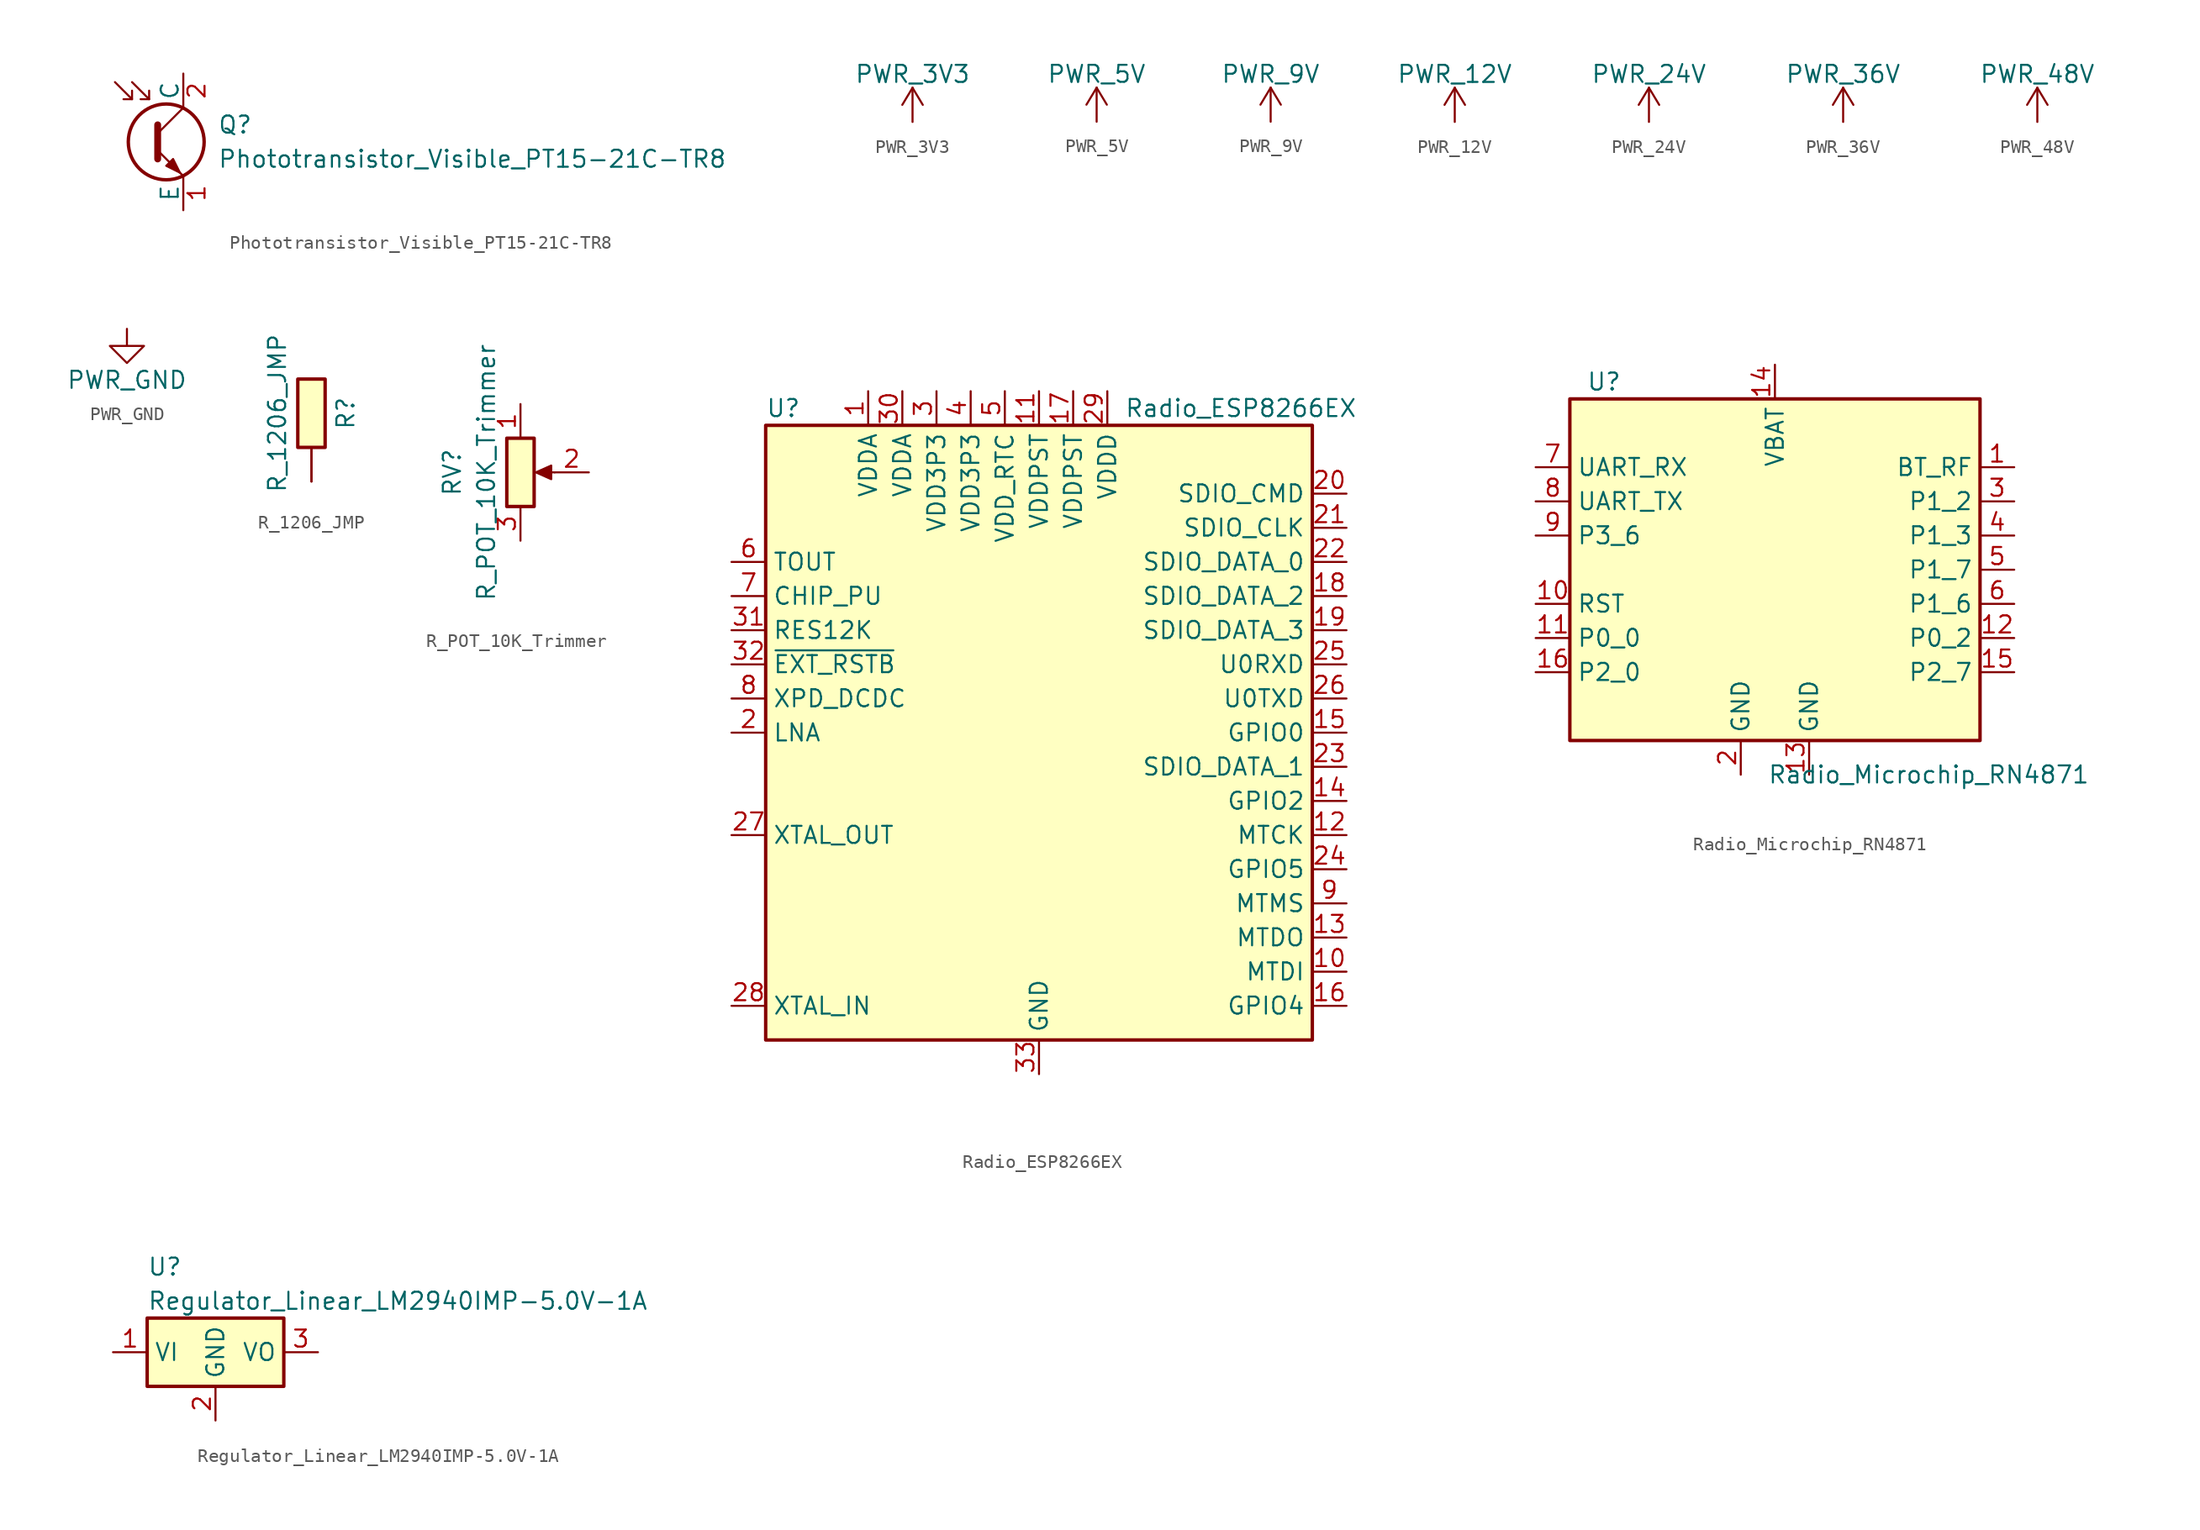
<source format=kicad_sym>
(kicad_symbol_lib
  (version 20211014)
  (generator kicad_symbol_editor)
  (symbol "Phototransistor_Visible_PT15-21C-TR8"
    (pin_names
      (offset 0))
    (property "Reference" "Q"
      (at 2.54 1.27 0)
      (effects (font (size 1.27 1.27)) (justify left)))
    (property "Value" "Phototransistor_Visible_PT15-21C-TR8"
      (at 2.54 -1.27 0)
      (effects (font (size 1.27 1.27)) (justify left)))
    (symbol "Phototransistor_Visible_PT15-21C-TR8_0_1"
      (circle (center -1.27 0) (radius 2.819) (stroke (width 0.254) (type default) (color 0 0 0 0)) (fill (type none)))
      (polyline (pts (xy -3.81 3.175) (xy -4.445 3.175)) (stroke (width 0) (type default) (color 0 0 0 0)) (fill (type none)))
      (polyline (pts (xy -2.54 3.175) (xy -3.175 3.175)) (stroke (width 0) (type default) (color 0 0 0 0)) (fill (type none)))
      (polyline (pts (xy -1.905 0.635) (xy 0 2.54)) (stroke (width 0) (type default) (color 0 0 0 0)) (fill (type none)))
      (polyline (pts (xy -5.08 4.445) (xy -3.81 3.175) (xy -3.81 3.81)) (stroke (width 0) (type default) (color 0 0 0 0)) (fill (type none)))
      (polyline (pts (xy -3.81 4.445) (xy -2.54 3.175) (xy -2.54 3.81)) (stroke (width 0) (type default) (color 0 0 0 0)) (fill (type none)))
      (polyline (pts (xy -1.905 -0.635) (xy 0 -2.54) (xy 0 -2.54)) (stroke (width 0) (type default) (color 0 0 0 0)) (fill (type none)))
      (polyline (pts (xy -1.905 1.27) (xy -1.905 -1.27) (xy -1.905 -1.27)) (stroke (width 0.508) (type default) (color 0 0 0 0)) (fill (type none)))
      (polyline (pts (xy -1.27 -1.778) (xy -0.762 -1.27) (xy -0.254 -2.286) (xy -1.27 -1.778) (xy -1.27 -1.778)) (stroke (width 0) (type default) (color 0 0 0 0)) (fill (type outline))))
    (symbol "Phototransistor_Visible_PT15-21C-TR8_1_1"
      (pin passive line (at 0 -5.08 90) (length 2.54) (name "E" (effects (font (size 1.27 1.27)))) (number "1" (effects (font (size 1.27 1.27)))))
      (pin passive line (at 0 5.08 270) (length 2.54) (name "C" (effects (font (size 1.27 1.27)))) (number "2" (effects (font (size 1.27 1.27)))))))
  (symbol "PWR_3V3"
    (power)
    (pin_names
      (offset 0))
    (property "Reference" "#PWR"
      (at 0 -3.81 0)
      (effects (font (size 1.27 1.27)) hide))
    (property "Value" "PWR_3V3"
      (at 0 3.556 0)
      (effects (font (size 1.27 1.27))))
    (symbol "PWR_3V3_0_1"
      (polyline (pts (xy -0.762 1.27) (xy 0 2.54)) (stroke (width 0) (type default) (color 0 0 0 0)) (fill (type none)))
      (polyline (pts (xy 0 0) (xy 0 2.54)) (stroke (width 0) (type default) (color 0 0 0 0)) (fill (type none)))
      (polyline (pts (xy 0 2.54) (xy 0.762 1.27)) (stroke (width 0) (type default) (color 0 0 0 0)) (fill (type none))))
    (symbol "PWR_3V3_1_1"
      (pin power_in line (at 0 0 90) (length 0) hide (name "PWR_3V3" (effects (font (size 1.27 1.27)))) (number "1" (effects (font (size 1.27 1.27)))))))
  (symbol "PWR_5V"
    (power)
    (pin_names
      (offset 0))
    (property "Reference" "#PWR"
      (at 0 -3.81 0)
      (effects (font (size 1.27 1.27)) hide))
    (property "Value" "PWR_5V"
      (at 0 3.556 0)
      (effects (font (size 1.27 1.27))))
    (symbol "PWR_5V_0_1"
      (polyline (pts (xy -0.762 1.27) (xy 0 2.54)) (stroke (width 0) (type default) (color 0 0 0 0)) (fill (type none)))
      (polyline (pts (xy 0 0) (xy 0 2.54)) (stroke (width 0) (type default) (color 0 0 0 0)) (fill (type none)))
      (polyline (pts (xy 0 2.54) (xy 0.762 1.27)) (stroke (width 0) (type default) (color 0 0 0 0)) (fill (type none))))
    (symbol "PWR_5V_1_1"
      (pin power_in line (at 0 0 90) (length 0) hide (name "PWR_5V" (effects (font (size 1.27 1.27)))) (number "1" (effects (font (size 1.27 1.27)))))))
  (symbol "PWR_9V"
    (power)
    (pin_names
      (offset 0))
    (property "Reference" "#PWR"
      (at 0 -3.81 0)
      (effects (font (size 1.27 1.27)) hide))
    (property "Value" "PWR_9V"
      (at 0 3.556 0)
      (effects (font (size 1.27 1.27))))
    (symbol "PWR_9V_0_1"
      (polyline (pts (xy -0.762 1.27) (xy 0 2.54)) (stroke (width 0) (type default) (color 0 0 0 0)) (fill (type none)))
      (polyline (pts (xy 0 0) (xy 0 2.54)) (stroke (width 0) (type default) (color 0 0 0 0)) (fill (type none)))
      (polyline (pts (xy 0 2.54) (xy 0.762 1.27)) (stroke (width 0) (type default) (color 0 0 0 0)) (fill (type none))))
    (symbol "PWR_9V_1_1"
      (pin power_in line (at 0 0 90) (length 0) hide (name "PWR_9V" (effects (font (size 1.27 1.27)))) (number "1" (effects (font (size 1.27 1.27)))))))
  (symbol "PWR_12V"
    (power)
    (pin_names
      (offset 0))
    (property "Reference" "#PWR"
      (at 0 -3.81 0)
      (effects (font (size 1.27 1.27)) hide))
    (property "Value" "PWR_12V"
      (at 0 3.556 0)
      (effects (font (size 1.27 1.27))))
    (symbol "PWR_12V_0_1"
      (polyline (pts (xy -0.762 1.27) (xy 0 2.54)) (stroke (width 0) (type default) (color 0 0 0 0)) (fill (type none)))
      (polyline (pts (xy 0 0) (xy 0 2.54)) (stroke (width 0) (type default) (color 0 0 0 0)) (fill (type none)))
      (polyline (pts (xy 0 2.54) (xy 0.762 1.27)) (stroke (width 0) (type default) (color 0 0 0 0)) (fill (type none))))
    (symbol "PWR_12V_1_1"
      (pin power_in line (at 0 0 90) (length 0) hide (name "PWR_12V" (effects (font (size 1.27 1.27)))) (number "1" (effects (font (size 1.27 1.27)))))))
  (symbol "PWR_24V"
    (power)
    (pin_names
      (offset 0))
    (property "Reference" "#PWR"
      (at 0 -3.81 0)
      (effects (font (size 1.27 1.27)) hide))
    (property "Value" "PWR_24V"
      (at 0 3.556 0)
      (effects (font (size 1.27 1.27))))
    (symbol "PWR_24V_0_1"
      (polyline (pts (xy -0.762 1.27) (xy 0 2.54)) (stroke (width 0) (type default) (color 0 0 0 0)) (fill (type none)))
      (polyline (pts (xy 0 0) (xy 0 2.54)) (stroke (width 0) (type default) (color 0 0 0 0)) (fill (type none)))
      (polyline (pts (xy 0 2.54) (xy 0.762 1.27)) (stroke (width 0) (type default) (color 0 0 0 0)) (fill (type none))))
    (symbol "PWR_24V_1_1"
      (pin power_in line (at 0 0 90) (length 0) hide (name "PWR_24V" (effects (font (size 1.27 1.27)))) (number "1" (effects (font (size 1.27 1.27)))))))
  (symbol "PWR_36V"
    (power)
    (pin_names
      (offset 0))
    (property "Reference" "#PWR"
      (at 0 -3.81 0)
      (effects (font (size 1.27 1.27)) hide))
    (property "Value" "PWR_36V"
      (at 0 3.556 0)
      (effects (font (size 1.27 1.27))))
    (symbol "PWR_36V_0_1"
      (polyline (pts (xy -0.762 1.27) (xy 0 2.54)) (stroke (width 0) (type default) (color 0 0 0 0)) (fill (type none)))
      (polyline (pts (xy 0 0) (xy 0 2.54)) (stroke (width 0) (type default) (color 0 0 0 0)) (fill (type none)))
      (polyline (pts (xy 0 2.54) (xy 0.762 1.27)) (stroke (width 0) (type default) (color 0 0 0 0)) (fill (type none))))
    (symbol "PWR_36V_1_1"
      (pin power_in line (at 0 0 90) (length 0) hide (name "PWR_36V" (effects (font (size 1.27 1.27)))) (number "1" (effects (font (size 1.27 1.27)))))))
  (symbol "PWR_48V"
    (power)
    (pin_names
      (offset 0))
    (property "Reference" "#PWR"
      (at 0 -3.81 0)
      (effects (font (size 1.27 1.27)) hide))
    (property "Value" "PWR_48V"
      (at 0 3.556 0)
      (effects (font (size 1.27 1.27))))
    (symbol "PWR_48V_0_1"
      (polyline (pts (xy -0.762 1.27) (xy 0 2.54)) (stroke (width 0) (type default) (color 0 0 0 0)) (fill (type none)))
      (polyline (pts (xy 0 0) (xy 0 2.54)) (stroke (width 0) (type default) (color 0 0 0 0)) (fill (type none)))
      (polyline (pts (xy 0 2.54) (xy 0.762 1.27)) (stroke (width 0) (type default) (color 0 0 0 0)) (fill (type none))))
    (symbol "PWR_48V_1_1"
      (pin power_in line (at 0 0 90) (length 0) hide (name "PWR_48V" (effects (font (size 1.27 1.27)))) (number "1" (effects (font (size 1.27 1.27)))))))
  (symbol "PWR_GND"
    (power)
    (pin_names
      (offset 0))
    (property "Reference" "#PWR"
      (at 0 -6.35 0)
      (effects (font (size 1.27 1.27)) hide))
    (property "Value" "PWR_GND"
      (at 0 -3.81 0)
      (effects (font (size 1.27 1.27))))
    (symbol "PWR_GND_0_1"
      (polyline (pts (xy 0 0) (xy 0 -1.27) (xy 1.27 -1.27) (xy 0 -2.54) (xy -1.27 -1.27) (xy 0 -1.27)) (stroke (width 0) (type default) (color 0 0 0 0)) (fill (type none))))
    (symbol "PWR_GND_1_1"
      (pin power_in line (at 0 0 270) (length 0) hide (name "PWR_GND" (effects (font (size 1.27 1.27)))) (number "1" (effects (font (size 1.27 1.27)))))))
  (symbol "R_1206_JMP"
    (pin_numbers hide)
    (pin_names
      (offset 0))
    (property "Reference" "R"
      (at 2.54 0 90)
      (effects (font (size 1.27 1.27))))
    (property "Value" "R_1206_JMP"
      (at -2.54 0 90)
      (effects (font (size 1.27 1.27))))
    (symbol "R_1206_JMP_0_1"
      (rectangle (start -1.016 -2.54) (end 1.016 2.54) (stroke (width 0.254) (type default) (color 0 0 0 0)) (fill (type background))))
    (symbol "R_1206_JMP_1_1"
      (pin passive line (at 0 -5.08 90) (length 2.54) (name "~" (effects (font (size 1.27 1.27)))) (number "1" (effects (font (size 1.27 1.27)))))
      (pin passive line (at 0 -5.08 90) (length 2.54) (name "~" (effects (font (size 1.27 1.27)))) (number "2" (effects (font (size 1.27 1.27)))))))
  (symbol "R_POT_10K_Trimmer"
    (pin_names
      (offset 1.016) hide)
    (property "Reference" "RV"
      (at -5.08 0 90)
      (effects (font (size 1.27 1.27))))
    (property "Value" "R_POT_10K_Trimmer"
      (at -2.54 0 90)
      (effects (font (size 1.27 1.27))))
    (symbol "R_POT_10K_Trimmer_0_1"
      (polyline (pts (xy 2.54 0) (xy 1.524 0)) (stroke (width 0) (type default) (color 0 0 0 0)) (fill (type none)))
      (polyline (pts (xy 1.143 0) (xy 2.286 0.508) (xy 2.286 -0.508) (xy 1.143 0)) (stroke (width 0) (type default) (color 0 0 0 0)) (fill (type outline)))
      (rectangle (start 1.016 2.54) (end -1.016 -2.54) (stroke (width 0.254) (type default) (color 0 0 0 0)) (fill (type background))))
    (symbol "R_POT_10K_Trimmer_1_1"
      (pin passive line (at 0 5.08 270) (length 2.54) (name "1" (effects (font (size 1.27 1.27)))) (number "1" (effects (font (size 1.27 1.27)))))
      (pin passive line (at 5.08 0 180) (length 2.54) (name "2" (effects (font (size 1.27 1.27)))) (number "2" (effects (font (size 1.27 1.27)))))
      (pin passive line (at 0 -5.08 90) (length 2.54) (name "3" (effects (font (size 1.27 1.27)))) (number "3" (effects (font (size 1.27 1.27)))))))
  (symbol "Radio_ESP8266EX"
    (property "Reference" "U"
      (at -20.32 24.13 0)
      (effects (font (size 1.27 1.27)) (justify left)))
    (property "Value" "Radio_ESP8266EX"
      (at 6.35 24.13 0)
      (effects (font (size 1.27 1.27)) (justify left)))
    (symbol "Radio_ESP8266EX_0_1"
      (rectangle (start -20.32 22.86) (end 20.32 -22.86) (stroke (width 0.254) (type default) (color 0 0 0 0)) (fill (type background))))
    (symbol "Radio_ESP8266EX_1_1"
      (pin power_in line (at -12.7 25.4 270) (length 2.54) (name "VDDA" (effects (font (size 1.27 1.27)))) (number "1" (effects (font (size 1.27 1.27)))))
      (pin bidirectional line (at 22.86 -17.78 180) (length 2.54) (name "MTDI" (effects (font (size 1.27 1.27)))) (number "10" (effects (font (size 1.27 1.27)))))
      (pin power_in line (at 0 25.4 270) (length 2.54) (name "VDDPST" (effects (font (size 1.27 1.27)))) (number "11" (effects (font (size 1.27 1.27)))))
      (pin bidirectional line (at 22.86 -7.62 180) (length 2.54) (name "MTCK" (effects (font (size 1.27 1.27)))) (number "12" (effects (font (size 1.27 1.27)))))
      (pin bidirectional line (at 22.86 -15.24 180) (length 2.54) (name "MTDO" (effects (font (size 1.27 1.27)))) (number "13" (effects (font (size 1.27 1.27)))))
      (pin bidirectional line (at 22.86 -5.08 180) (length 2.54) (name "GPIO2" (effects (font (size 1.27 1.27)))) (number "14" (effects (font (size 1.27 1.27)))))
      (pin bidirectional line (at 22.86 0 180) (length 2.54) (name "GPIO0" (effects (font (size 1.27 1.27)))) (number "15" (effects (font (size 1.27 1.27)))))
      (pin bidirectional line (at 22.86 -20.32 180) (length 2.54) (name "GPIO4" (effects (font (size 1.27 1.27)))) (number "16" (effects (font (size 1.27 1.27)))))
      (pin power_in line (at 2.54 25.4 270) (length 2.54) (name "VDDPST" (effects (font (size 1.27 1.27)))) (number "17" (effects (font (size 1.27 1.27)))))
      (pin bidirectional line (at 22.86 10.16 180) (length 2.54) (name "SDIO_DATA_2" (effects (font (size 1.27 1.27)))) (number "18" (effects (font (size 1.27 1.27)))))
      (pin bidirectional line (at 22.86 7.62 180) (length 2.54) (name "SDIO_DATA_3" (effects (font (size 1.27 1.27)))) (number "19" (effects (font (size 1.27 1.27)))))
      (pin bidirectional line (at -22.86 0 0) (length 2.54) (name "LNA" (effects (font (size 1.27 1.27)))) (number "2" (effects (font (size 1.27 1.27)))))
      (pin bidirectional line (at 22.86 17.78 180) (length 2.54) (name "SDIO_CMD" (effects (font (size 1.27 1.27)))) (number "20" (effects (font (size 1.27 1.27)))))
      (pin bidirectional line (at 22.86 15.24 180) (length 2.54) (name "SDIO_CLK" (effects (font (size 1.27 1.27)))) (number "21" (effects (font (size 1.27 1.27)))))
      (pin bidirectional line (at 22.86 12.7 180) (length 2.54) (name "SDIO_DATA_0" (effects (font (size 1.27 1.27)))) (number "22" (effects (font (size 1.27 1.27)))))
      (pin bidirectional line (at 22.86 -2.54 180) (length 2.54) (name "SDIO_DATA_1" (effects (font (size 1.27 1.27)))) (number "23" (effects (font (size 1.27 1.27)))))
      (pin bidirectional line (at 22.86 -10.16 180) (length 2.54) (name "GPIO5" (effects (font (size 1.27 1.27)))) (number "24" (effects (font (size 1.27 1.27)))))
      (pin bidirectional line (at 22.86 5.08 180) (length 2.54) (name "U0RXD" (effects (font (size 1.27 1.27)))) (number "25" (effects (font (size 1.27 1.27)))))
      (pin bidirectional line (at 22.86 2.54 180) (length 2.54) (name "U0TXD" (effects (font (size 1.27 1.27)))) (number "26" (effects (font (size 1.27 1.27)))))
      (pin bidirectional line (at -22.86 -7.62 0) (length 2.54) (name "XTAL_OUT" (effects (font (size 1.27 1.27)))) (number "27" (effects (font (size 1.27 1.27)))))
      (pin bidirectional line (at -22.86 -20.32 0) (length 2.54) (name "XTAL_IN" (effects (font (size 1.27 1.27)))) (number "28" (effects (font (size 1.27 1.27)))))
      (pin power_in line (at 5.08 25.4 270) (length 2.54) (name "VDDD" (effects (font (size 1.27 1.27)))) (number "29" (effects (font (size 1.27 1.27)))))
      (pin power_in line (at -7.62 25.4 270) (length 2.54) (name "VDD3P3" (effects (font (size 1.27 1.27)))) (number "3" (effects (font (size 1.27 1.27)))))
      (pin power_in line (at -10.16 25.4 270) (length 2.54) (name "VDDA" (effects (font (size 1.27 1.27)))) (number "30" (effects (font (size 1.27 1.27)))))
      (pin input line (at -22.86 7.62 0) (length 2.54) (name "RES12K" (effects (font (size 1.27 1.27)))) (number "31" (effects (font (size 1.27 1.27)))))
      (pin input line (at -22.86 5.08 0) (length 2.54) (name "~{EXT_RSTB}" (effects (font (size 1.27 1.27)))) (number "32" (effects (font (size 1.27 1.27)))))
      (pin power_in line (at 0 -25.4 90) (length 2.54) (name "GND" (effects (font (size 1.27 1.27)))) (number "33" (effects (font (size 1.27 1.27)))))
      (pin power_in line (at -5.08 25.4 270) (length 2.54) (name "VDD3P3" (effects (font (size 1.27 1.27)))) (number "4" (effects (font (size 1.27 1.27)))))
      (pin power_in line (at -2.54 25.4 270) (length 2.54) (name "VDD_RTC" (effects (font (size 1.27 1.27)))) (number "5" (effects (font (size 1.27 1.27)))))
      (pin input line (at -22.86 12.7 0) (length 2.54) (name "TOUT" (effects (font (size 1.27 1.27)))) (number "6" (effects (font (size 1.27 1.27)))))
      (pin input line (at -22.86 10.16 0) (length 2.54) (name "CHIP_PU" (effects (font (size 1.27 1.27)))) (number "7" (effects (font (size 1.27 1.27)))))
      (pin bidirectional line (at -22.86 2.54 0) (length 2.54) (name "XPD_DCDC" (effects (font (size 1.27 1.27)))) (number "8" (effects (font (size 1.27 1.27)))))
      (pin bidirectional line (at 22.86 -12.7 180) (length 2.54) (name "MTMS" (effects (font (size 1.27 1.27)))) (number "9" (effects (font (size 1.27 1.27)))))))
  (symbol "Radio_Microchip_RN4871"
    (property "Reference" "U"
      (at -12.7 13.97 0)
      (effects (font (size 1.27 1.27))))
    (property "Value" "Radio_Microchip_RN4871"
      (at 11.43 -15.24 0)
      (effects (font (size 1.27 1.27))))
    (symbol "Radio_Microchip_RN4871_0_1"
      (rectangle (start -15.24 12.7) (end 15.24 -12.7) (stroke (width 0.254) (type default) (color 0 0 0 0)) (fill (type background))))
    (symbol "Radio_Microchip_RN4871_1_1"
      (pin output line (at 17.78 7.62 180) (length 2.54) (name "BT_RF" (effects (font (size 1.27 1.27)))) (number "1" (effects (font (size 1.27 1.27)))))
      (pin input line (at -17.78 -2.54 0) (length 2.54) (name "RST" (effects (font (size 1.27 1.27)))) (number "10" (effects (font (size 1.27 1.27)))))
      (pin bidirectional line (at -17.78 -5.08 0) (length 2.54) (name "P0_0" (effects (font (size 1.27 1.27)))) (number "11" (effects (font (size 1.27 1.27)))))
      (pin bidirectional line (at 17.78 -5.08 180) (length 2.54) (name "P0_2" (effects (font (size 1.27 1.27)))) (number "12" (effects (font (size 1.27 1.27)))))
      (pin power_in line (at 2.54 -15.24 90) (length 2.54) (name "GND" (effects (font (size 1.27 1.27)))) (number "13" (effects (font (size 1.27 1.27)))))
      (pin power_in line (at 0 15.24 270) (length 2.54) (name "VBAT" (effects (font (size 1.27 1.27)))) (number "14" (effects (font (size 1.27 1.27)))))
      (pin bidirectional line (at 17.78 -7.62 180) (length 2.54) (name "P2_7" (effects (font (size 1.27 1.27)))) (number "15" (effects (font (size 1.27 1.27)))))
      (pin input line (at -17.78 -7.62 0) (length 2.54) (name "P2_0" (effects (font (size 1.27 1.27)))) (number "16" (effects (font (size 1.27 1.27)))))
      (pin power_in line (at -2.54 -15.24 90) (length 2.54) (name "GND" (effects (font (size 1.27 1.27)))) (number "2" (effects (font (size 1.27 1.27)))))
      (pin bidirectional line (at 17.78 5.08 180) (length 2.54) (name "P1_2" (effects (font (size 1.27 1.27)))) (number "3" (effects (font (size 1.27 1.27)))))
      (pin bidirectional line (at 17.78 2.54 180) (length 2.54) (name "P1_3" (effects (font (size 1.27 1.27)))) (number "4" (effects (font (size 1.27 1.27)))))
      (pin bidirectional line (at 17.78 0 180) (length 2.54) (name "P1_7" (effects (font (size 1.27 1.27)))) (number "5" (effects (font (size 1.27 1.27)))))
      (pin bidirectional line (at 17.78 -2.54 180) (length 2.54) (name "P1_6" (effects (font (size 1.27 1.27)))) (number "6" (effects (font (size 1.27 1.27)))))
      (pin input line (at -17.78 7.62 0) (length 2.54) (name "UART_RX" (effects (font (size 1.27 1.27)))) (number "7" (effects (font (size 1.27 1.27)))))
      (pin output line (at -17.78 5.08 0) (length 2.54) (name "UART_TX" (effects (font (size 1.27 1.27)))) (number "8" (effects (font (size 1.27 1.27)))))
      (pin bidirectional line (at -17.78 2.54 0) (length 2.54) (name "P3_6" (effects (font (size 1.27 1.27)))) (number "9" (effects (font (size 1.27 1.27)))))))
  (symbol "Regulator_Linear_LM2940IMP-5.0V-1A"
    (property "Reference" "U"
      (at -5.08 6.35 0)
      (effects (font (size 1.27 1.27)) (justify left)))
    (property "Value" "Regulator_Linear_LM2940IMP-5.0V-1A"
      (at -5.08 3.81 0)
      (effects (font (size 1.27 1.27)) (justify left)))
    (symbol "Regulator_Linear_LM2940IMP-5.0V-1A_0_1"
      (rectangle (start -5.08 2.54) (end 5.08 -2.54) (stroke (width 0.254) (type default) (color 0 0 0 0)) (fill (type background))))
    (symbol "Regulator_Linear_LM2940IMP-5.0V-1A_1_1"
      (pin power_in line (at -7.62 0 0) (length 2.54) (name "VI" (effects (font (size 1.27 1.27)))) (number "1" (effects (font (size 1.27 1.27)))))
      (pin power_in line (at 0 -5.08 90) (length 2.54) (name "GND" (effects (font (size 1.27 1.27)))) (number "2" (effects (font (size 1.27 1.27)))))
      (pin power_out line (at 7.62 0 180) (length 2.54) (name "VO" (effects (font (size 1.27 1.27)))) (number "3" (effects (font (size 1.27 1.27))))))))
</source>
